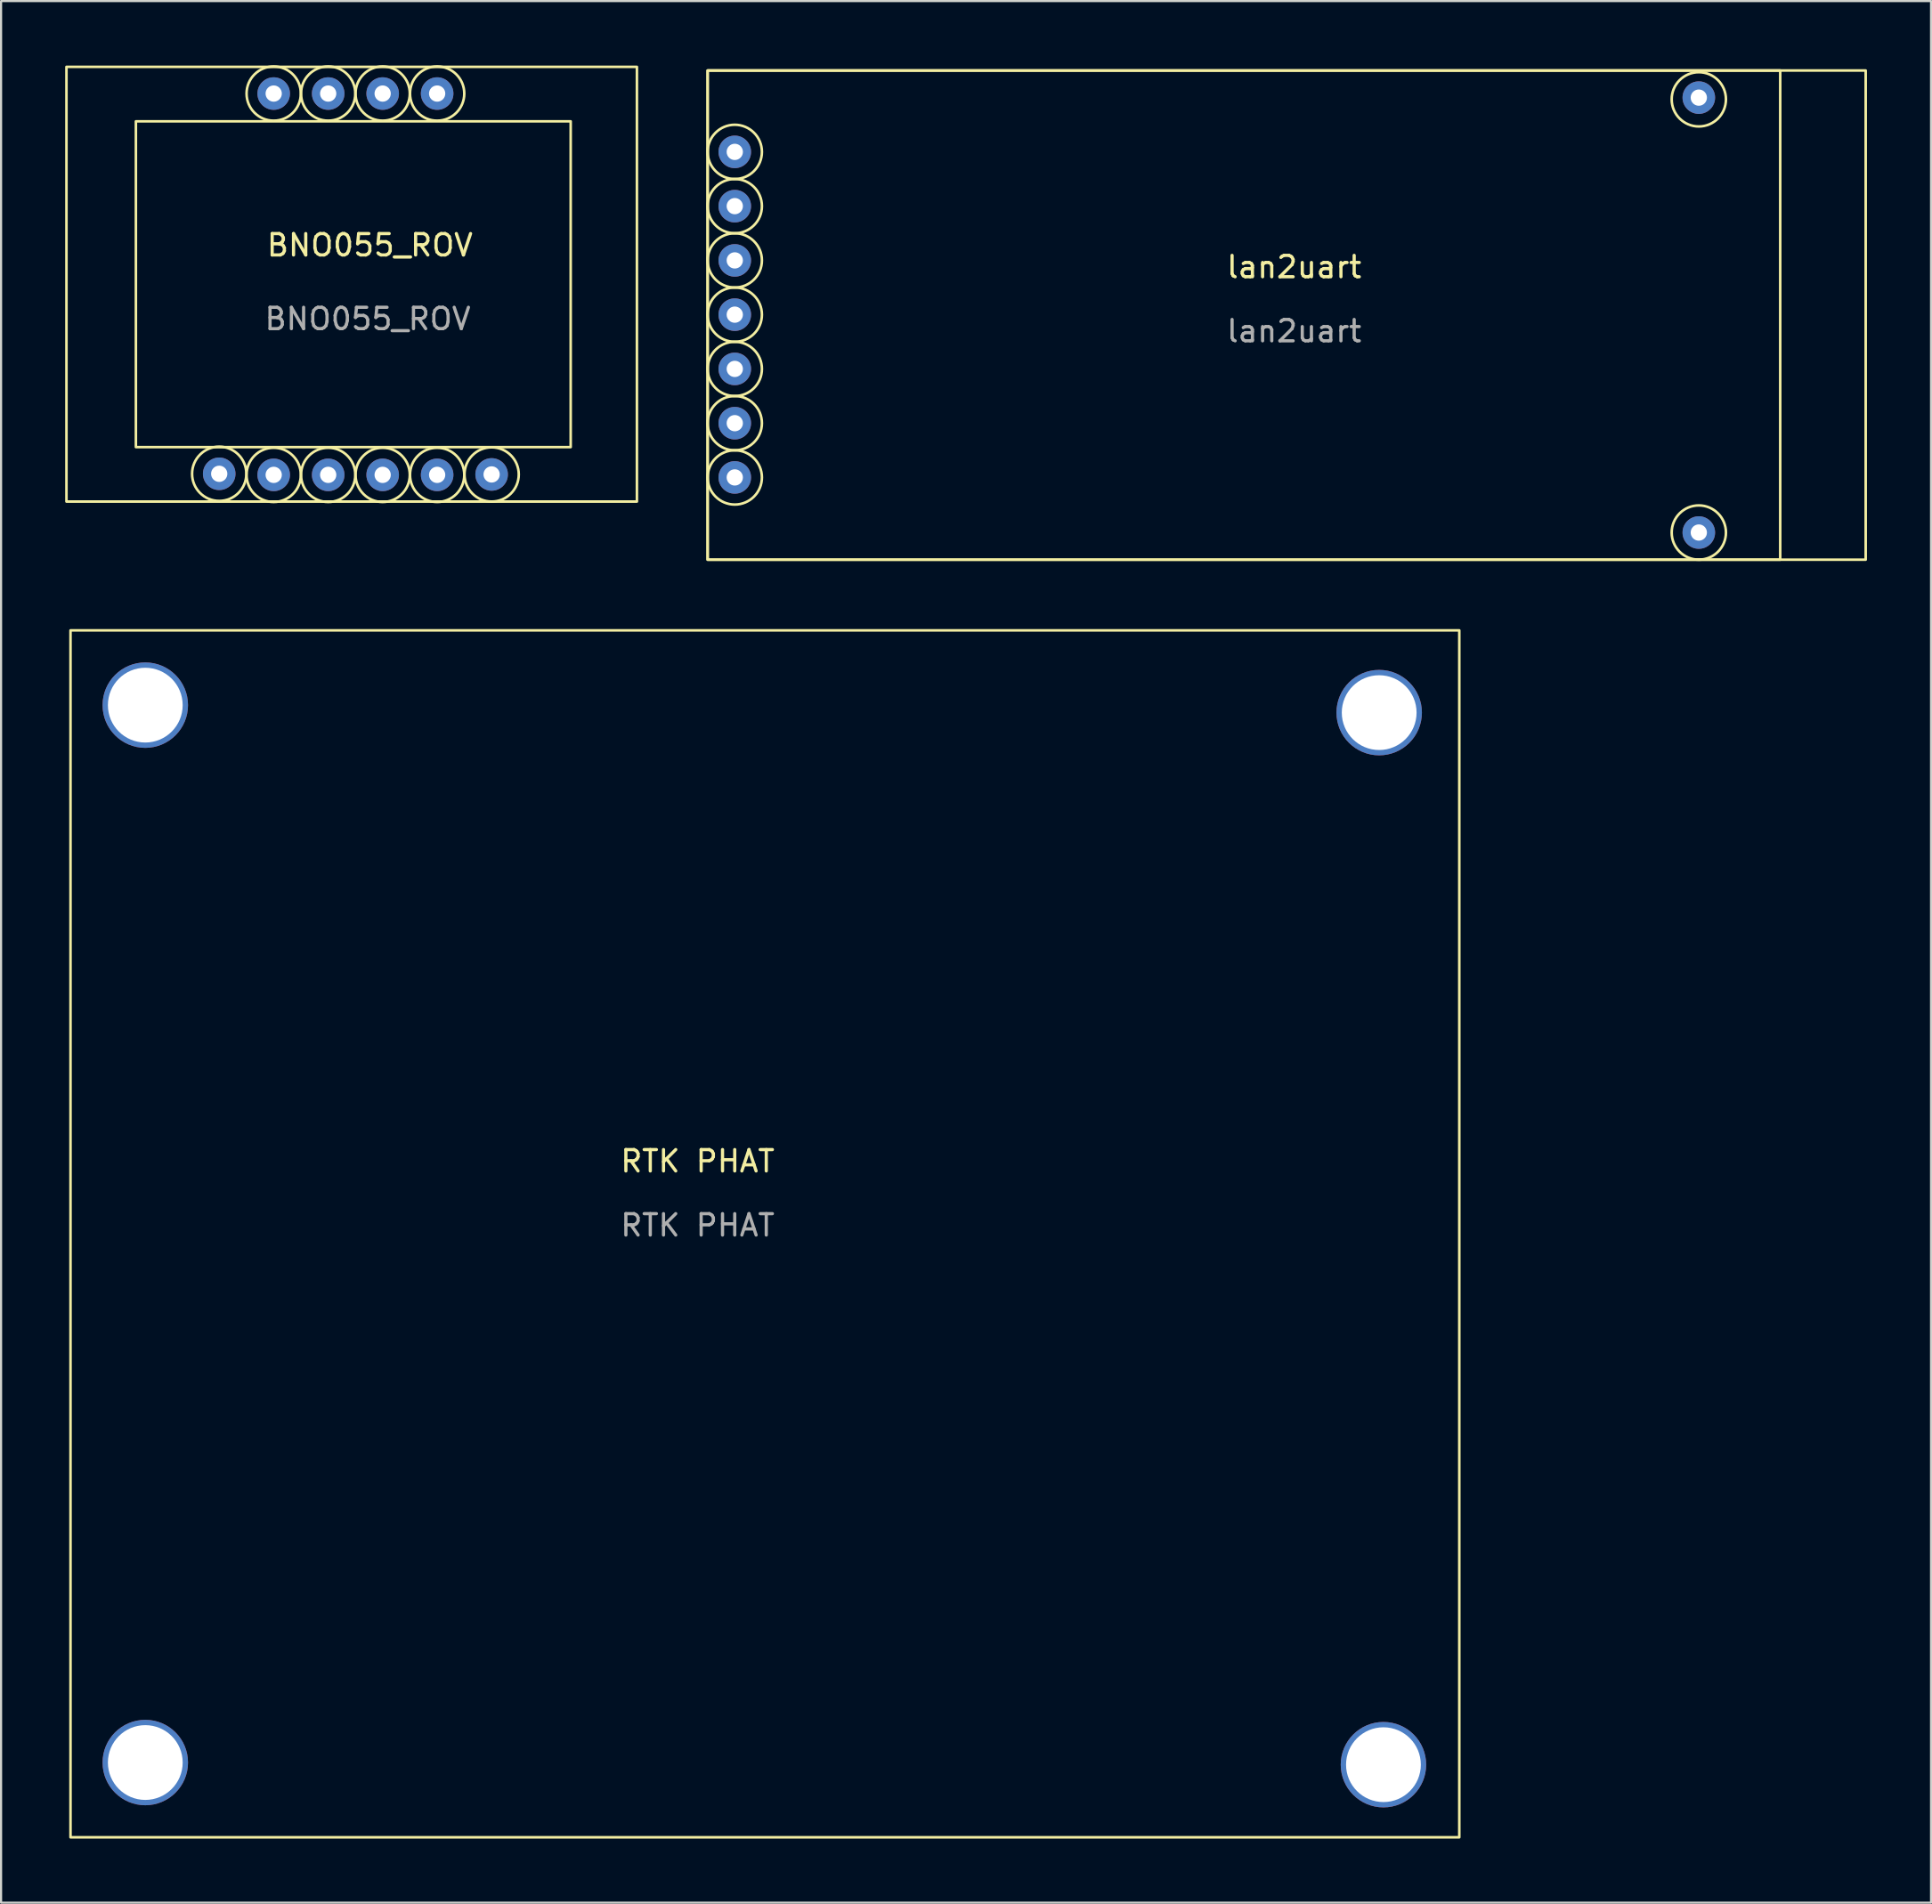
<source format=kicad_pcb>
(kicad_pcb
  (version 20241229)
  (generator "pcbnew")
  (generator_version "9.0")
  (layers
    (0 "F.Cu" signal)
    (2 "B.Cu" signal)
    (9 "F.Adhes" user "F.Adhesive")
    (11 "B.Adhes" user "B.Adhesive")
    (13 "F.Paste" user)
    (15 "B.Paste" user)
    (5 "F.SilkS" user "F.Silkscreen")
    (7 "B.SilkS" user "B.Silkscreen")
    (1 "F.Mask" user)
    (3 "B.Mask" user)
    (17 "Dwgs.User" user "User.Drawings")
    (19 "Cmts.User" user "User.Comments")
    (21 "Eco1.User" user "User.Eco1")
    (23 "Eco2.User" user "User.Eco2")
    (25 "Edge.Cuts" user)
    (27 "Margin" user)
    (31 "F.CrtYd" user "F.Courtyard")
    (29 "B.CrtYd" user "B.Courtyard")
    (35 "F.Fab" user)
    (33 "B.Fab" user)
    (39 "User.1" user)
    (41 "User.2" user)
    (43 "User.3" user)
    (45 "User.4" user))
  (footprint "RTK PHAT"
    (layer "F.Cu")
    (at 0.25 26.46)
    (property "Reference" "RTK PHAT" (at 29.35 24.85 0) (unlocked yes) (layer "F.SilkS") (effects (font (size 1 1) (thickness 0.15))))
    (attr through_hole)
    (fp_rect (start 0 0) (end 65 56.5) (stroke (width 0.12) (type solid)) (fill no) (layer "F.SilkS"))
    (fp_text user "${REFERENCE}" (at 29.35 27.85 0) (unlocked yes) (layer "F.Fab") (effects (font (size 1 1) (thickness 0.15))))
    (pad "1" thru_hole circle (at 3.5 3.5) (size 4 4) (drill 3.5) (layers "*.Cu" "*.Mask"))
    (pad "1" thru_hole circle (at 3.5 53) (size 4 4) (drill 3.5) (layers "*.Cu" "*.Mask"))
    (pad "2" thru_hole circle (at 61.25 3.85) (size 4 4) (drill 3.5) (layers "*.Cu" "*.Mask"))
    (pad "3" thru_hole circle (at 61.45 53.1) (size 4 4) (drill 3.5) (layers "*.Cu" "*.Mask")))
  (footprint "BNO055_ROV"
    (layer "F.Cu")
    (at 13.56 10.28)
    (property "Reference" "BNO055_ROV" (at 0.7 -1.85 0) (unlocked yes) (layer "F.SilkS") (effects (font (size 1 1) (thickness 0.15))))
    (attr through_hole)
    (fp_rect (start -13.5 -10.2) (end 13.2 10.15) (stroke (width 0.12) (type solid)) (fill no) (layer "F.SilkS"))
    (fp_rect (start -10.25 -7.65) (end 10.1 7.6) (stroke (width 0.12) (type solid)) (fill no) (layer "F.SilkS"))
    (fp_circle (center -6.35 8.85) (end -5.08 8.85) (stroke (width 0.12) (type solid)) (fill no) (layer "F.SilkS"))
    (fp_circle (center -3.8 -8.95) (end -2.53 -8.95) (stroke (width 0.12) (type solid)) (fill no) (layer "F.SilkS"))
    (fp_circle (center -3.8 8.9) (end -2.53 8.9) (stroke (width 0.12) (type solid)) (fill no) (layer "F.SilkS"))
    (fp_circle (center -1.25 -8.95) (end 0.02 -8.95) (stroke (width 0.12) (type solid)) (fill no) (layer "F.SilkS"))
    (fp_circle (center -1.25 8.9) (end 0.02 8.9) (stroke (width 0.12) (type solid)) (fill no) (layer "F.SilkS"))
    (fp_circle (center 1.3 -8.95) (end 2.57 -8.95) (stroke (width 0.12) (type solid)) (fill no) (layer "F.SilkS"))
    (fp_circle (center 1.3 8.9) (end 2.57 8.9) (stroke (width 0.12) (type solid)) (fill no) (layer "F.SilkS"))
    (fp_circle (center 3.85 -8.95) (end 5.12 -8.95) (stroke (width 0.12) (type solid)) (fill no) (layer "F.SilkS"))
    (fp_circle (center 3.85 8.9) (end 5.12 8.9) (stroke (width 0.12) (type solid)) (fill no) (layer "F.SilkS"))
    (fp_circle (center 6.4 8.88) (end 7.67 8.88) (stroke (width 0.12) (type solid)) (fill no) (layer "F.SilkS"))
    (fp_text user "${REFERENCE}" (at 0.6 1.6 0) (unlocked yes) (layer "F.Fab") (effects (font (size 1 1) (thickness 0.15))))
    (pad "1" thru_hole circle (at -6.35 8.85) (size 1.524 1.524) (drill 0.762) (layers "*.Cu" "*.Mask"))
    (pad "2" thru_hole circle (at -3.8 8.9) (size 1.524 1.524) (drill 0.762) (layers "*.Cu" "*.Mask"))
    (pad "3" thru_hole circle (at -1.25 8.9) (size 1.524 1.524) (drill 0.762) (layers "*.Cu" "*.Mask"))
    (pad "4" thru_hole circle (at 1.3 8.9) (size 1.524 1.524) (drill 0.762) (layers "*.Cu" "*.Mask"))
    (pad "5" thru_hole circle (at 3.85 8.9) (size 1.524 1.524) (drill 0.762) (layers "*.Cu" "*.Mask"))
    (pad "6" thru_hole circle (at 6.4 8.88) (size 1.524 1.524) (drill 0.762) (layers "*.Cu" "*.Mask"))
    (pad "7" thru_hole circle (at 3.85 -8.95) (size 1.524 1.524) (drill 0.762) (layers "*.Cu" "*.Mask"))
    (pad "8" thru_hole circle (at 1.3 -8.95) (size 1.524 1.524) (drill 0.762) (layers "*.Cu" "*.Mask"))
    (pad "9" thru_hole circle (at -1.25 -8.95) (size 1.524 1.524) (drill 0.762) (layers "*.Cu" "*.Mask"))
    (pad "10" thru_hole circle (at -3.8 -8.95) (size 1.524 1.524) (drill 0.762) (layers "*.Cu" "*.Mask")))
  (footprint "lan2uart"
    (layer "F.Cu")
    (at 30.07 0.25)
    (property "Reference" "lan2uart" (at 27.45 9.2 0) (unlocked yes) (layer "F.SilkS") (effects (font (size 1 1) (thickness 0.15))))
    (attr smd)
    (fp_rect (start 0 0) (end 50.2 22.9) (stroke (width 0.12) (type solid)) (fill no) (layer "F.SilkS"))
    (fp_rect (start 0 0) (end 54.2 22.9) (stroke (width 0.12) (type solid)) (fill no) (layer "F.SilkS"))
    (fp_circle (center 1.27 3.81) (end 2.54 3.81) (stroke (width 0.12) (type solid)) (fill no) (layer "F.SilkS"))
    (fp_circle (center 1.27 6.35) (end 2.54 6.35) (stroke (width 0.12) (type solid)) (fill no) (layer "F.SilkS"))
    (fp_circle (center 1.27 8.89) (end 2.54 8.89) (stroke (width 0.12) (type solid)) (fill no) (layer "F.SilkS"))
    (fp_circle (center 1.27 11.43) (end 2.54 11.43) (stroke (width 0.12) (type solid)) (fill no) (layer "F.SilkS"))
    (fp_circle (center 1.27 13.97) (end 2.54 13.97) (stroke (width 0.12) (type solid)) (fill no) (layer "F.SilkS"))
    (fp_circle (center 1.27 16.51) (end 2.54 16.51) (stroke (width 0.12) (type solid)) (fill no) (layer "F.SilkS"))
    (fp_circle (center 1.27 19.05) (end 2.54 19.05) (stroke (width 0.12) (type solid)) (fill no) (layer "F.SilkS"))
    (fp_circle (center 46.39 1.35) (end 47.66 1.35) (stroke (width 0.12) (type solid)) (fill no) (layer "F.SilkS"))
    (fp_circle (center 46.39 21.63) (end 47.66 21.63) (stroke (width 0.12) (type solid)) (fill no) (layer "F.SilkS"))
    (fp_text user "${REFERENCE}" (at 27.45 12.2 0) (unlocked yes) (layer "F.Fab") (effects (font (size 1 1) (thickness 0.15))))
    (pad "1" thru_hole circle (at 1.27 3.81) (size 1.524 1.524) (drill 0.762) (layers "*.Cu" "*.Mask"))
    (pad "2" thru_hole circle (at 1.27 6.35) (size 1.524 1.524) (drill 0.762) (layers "*.Cu" "*.Mask"))
    (pad "3" thru_hole circle (at 1.27 8.89) (size 1.524 1.524) (drill 0.762) (layers "*.Cu" "*.Mask"))
    (pad "4" thru_hole circle (at 1.27 11.43) (size 1.524 1.524) (drill 0.762) (layers "*.Cu" "*.Mask"))
    (pad "5" thru_hole circle (at 1.27 13.97) (size 1.524 1.524) (drill 0.762) (layers "*.Cu" "*.Mask"))
    (pad "6" thru_hole circle (at 1.27 16.51) (size 1.524 1.524) (drill 0.762) (layers "*.Cu" "*.Mask"))
    (pad "7" thru_hole circle (at 1.27 19.05) (size 1.524 1.524) (drill 0.762) (layers "*.Cu" "*.Mask"))
    (pad "8" thru_hole circle (at 46.39 1.27) (size 1.524 1.524) (drill 0.762) (layers "*.Cu" "*.Mask"))
    (pad "9" thru_hole circle (at 46.39 21.63) (size 1.524 1.524) (drill 0.762) (layers "*.Cu" "*.Mask")))
  (gr_rect
    (start -3 -3)
    (end 87.33 86.02)
    (stroke (width 0.1) (type default))
    (fill no)
    (layer "Edge.Cuts")))
</source>
